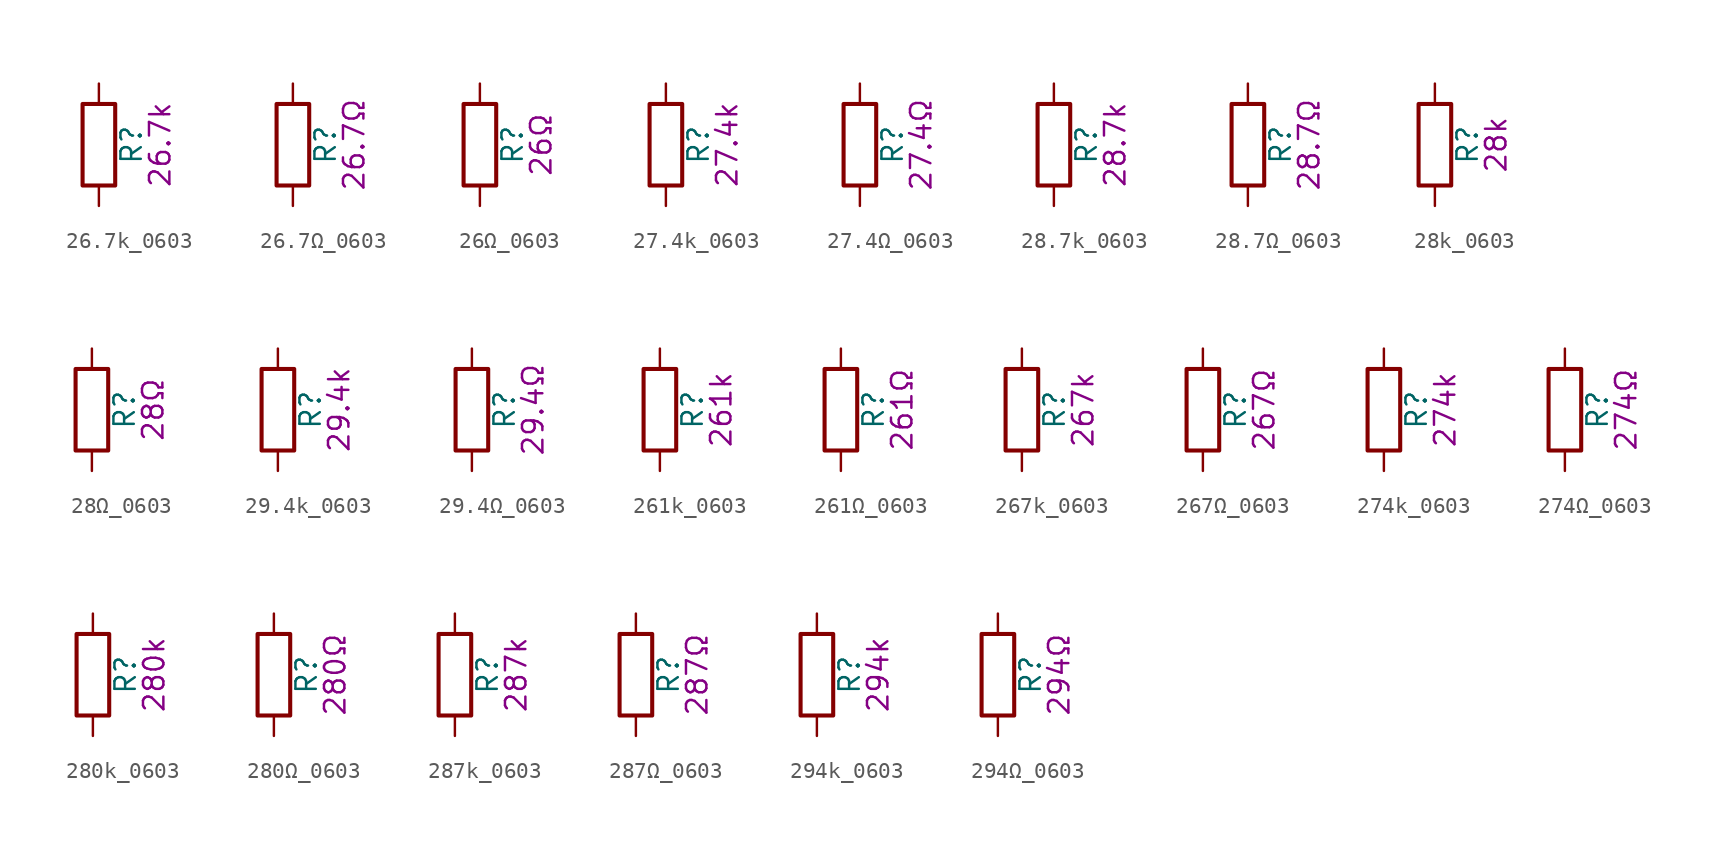
<source format=kicad_sym>
(kicad_symbol_lib
  (version 20211014)
  (generator kicad_symbol_editor)
  (symbol "26.7k_0603"
    (pin_numbers hide)
    (pin_names
      (offset 0))
    (property "Reference" "R"
      (at 2.032 0 90)
      (effects (font (size 1.27 1.27))))
    (property "Display" "26.7k"
      (at 3.81 0 90)
      (effects (font (size 1.27 1.27))))
    (symbol "26.7k_0603_0_1"
      (rectangle (start -1.016 -2.54) (end 1.016 2.54) (stroke (width 0.254) (type default) (color 0 0 0 0)) (fill (type none))))
    (symbol "26.7k_0603_1_1"
      (pin passive line (at 0 3.81 270) (length 1.27) (name "~" (effects (font (size 1.27 1.27)))) (number "1" (effects (font (size 1.27 1.27)))))
      (pin passive line (at 0 -3.81 90) (length 1.27) (name "~" (effects (font (size 1.27 1.27)))) (number "2" (effects (font (size 1.27 1.27)))))))
  (symbol "26.7Ω_0603"
    (pin_numbers hide)
    (pin_names
      (offset 0))
    (property "Reference" "R"
      (at 2.032 0 90)
      (effects (font (size 1.27 1.27))))
    (property "Display" "26.7Ω"
      (at 3.81 0 90)
      (effects (font (size 1.27 1.27))))
    (symbol "26.7Ω_0603_0_1"
      (rectangle (start -1.016 -2.54) (end 1.016 2.54) (stroke (width 0.254) (type default) (color 0 0 0 0)) (fill (type none))))
    (symbol "26.7Ω_0603_1_1"
      (pin passive line (at 0 3.81 270) (length 1.27) (name "~" (effects (font (size 1.27 1.27)))) (number "1" (effects (font (size 1.27 1.27)))))
      (pin passive line (at 0 -3.81 90) (length 1.27) (name "~" (effects (font (size 1.27 1.27)))) (number "2" (effects (font (size 1.27 1.27)))))))
  (symbol "26Ω_0603"
    (pin_numbers hide)
    (pin_names
      (offset 0))
    (property "Reference" "R"
      (at 2.032 0 90)
      (effects (font (size 1.27 1.27))))
    (property "Display" "26Ω"
      (at 3.81 0 90)
      (effects (font (size 1.27 1.27))))
    (symbol "26Ω_0603_0_1"
      (rectangle (start -1.016 -2.54) (end 1.016 2.54) (stroke (width 0.254) (type default) (color 0 0 0 0)) (fill (type none))))
    (symbol "26Ω_0603_1_1"
      (pin passive line (at 0 3.81 270) (length 1.27) (name "~" (effects (font (size 1.27 1.27)))) (number "1" (effects (font (size 1.27 1.27)))))
      (pin passive line (at 0 -3.81 90) (length 1.27) (name "~" (effects (font (size 1.27 1.27)))) (number "2" (effects (font (size 1.27 1.27)))))))
  (symbol "27.4k_0603"
    (pin_numbers hide)
    (pin_names
      (offset 0))
    (property "Reference" "R"
      (at 2.032 0 90)
      (effects (font (size 1.27 1.27))))
    (property "Display" "27.4k"
      (at 3.81 0 90)
      (effects (font (size 1.27 1.27))))
    (symbol "27.4k_0603_0_1"
      (rectangle (start -1.016 -2.54) (end 1.016 2.54) (stroke (width 0.254) (type default) (color 0 0 0 0)) (fill (type none))))
    (symbol "27.4k_0603_1_1"
      (pin passive line (at 0 3.81 270) (length 1.27) (name "~" (effects (font (size 1.27 1.27)))) (number "1" (effects (font (size 1.27 1.27)))))
      (pin passive line (at 0 -3.81 90) (length 1.27) (name "~" (effects (font (size 1.27 1.27)))) (number "2" (effects (font (size 1.27 1.27)))))))
  (symbol "27.4Ω_0603"
    (pin_numbers hide)
    (pin_names
      (offset 0))
    (property "Reference" "R"
      (at 2.032 0 90)
      (effects (font (size 1.27 1.27))))
    (property "Display" "27.4Ω"
      (at 3.81 0 90)
      (effects (font (size 1.27 1.27))))
    (symbol "27.4Ω_0603_0_1"
      (rectangle (start -1.016 -2.54) (end 1.016 2.54) (stroke (width 0.254) (type default) (color 0 0 0 0)) (fill (type none))))
    (symbol "27.4Ω_0603_1_1"
      (pin passive line (at 0 3.81 270) (length 1.27) (name "~" (effects (font (size 1.27 1.27)))) (number "1" (effects (font (size 1.27 1.27)))))
      (pin passive line (at 0 -3.81 90) (length 1.27) (name "~" (effects (font (size 1.27 1.27)))) (number "2" (effects (font (size 1.27 1.27)))))))
  (symbol "28.7k_0603"
    (pin_numbers hide)
    (pin_names
      (offset 0))
    (property "Reference" "R"
      (at 2.032 0 90)
      (effects (font (size 1.27 1.27))))
    (property "Display" "28.7k"
      (at 3.81 0 90)
      (effects (font (size 1.27 1.27))))
    (symbol "28.7k_0603_0_1"
      (rectangle (start -1.016 -2.54) (end 1.016 2.54) (stroke (width 0.254) (type default) (color 0 0 0 0)) (fill (type none))))
    (symbol "28.7k_0603_1_1"
      (pin passive line (at 0 3.81 270) (length 1.27) (name "~" (effects (font (size 1.27 1.27)))) (number "1" (effects (font (size 1.27 1.27)))))
      (pin passive line (at 0 -3.81 90) (length 1.27) (name "~" (effects (font (size 1.27 1.27)))) (number "2" (effects (font (size 1.27 1.27)))))))
  (symbol "28.7Ω_0603"
    (pin_numbers hide)
    (pin_names
      (offset 0))
    (property "Reference" "R"
      (at 2.032 0 90)
      (effects (font (size 1.27 1.27))))
    (property "Display" "28.7Ω"
      (at 3.81 0 90)
      (effects (font (size 1.27 1.27))))
    (symbol "28.7Ω_0603_0_1"
      (rectangle (start -1.016 -2.54) (end 1.016 2.54) (stroke (width 0.254) (type default) (color 0 0 0 0)) (fill (type none))))
    (symbol "28.7Ω_0603_1_1"
      (pin passive line (at 0 3.81 270) (length 1.27) (name "~" (effects (font (size 1.27 1.27)))) (number "1" (effects (font (size 1.27 1.27)))))
      (pin passive line (at 0 -3.81 90) (length 1.27) (name "~" (effects (font (size 1.27 1.27)))) (number "2" (effects (font (size 1.27 1.27)))))))
  (symbol "28k_0603"
    (pin_numbers hide)
    (pin_names
      (offset 0))
    (property "Reference" "R"
      (at 2.032 0 90)
      (effects (font (size 1.27 1.27))))
    (property "Display" "28k"
      (at 3.81 0 90)
      (effects (font (size 1.27 1.27))))
    (symbol "28k_0603_0_1"
      (rectangle (start -1.016 -2.54) (end 1.016 2.54) (stroke (width 0.254) (type default) (color 0 0 0 0)) (fill (type none))))
    (symbol "28k_0603_1_1"
      (pin passive line (at 0 3.81 270) (length 1.27) (name "~" (effects (font (size 1.27 1.27)))) (number "1" (effects (font (size 1.27 1.27)))))
      (pin passive line (at 0 -3.81 90) (length 1.27) (name "~" (effects (font (size 1.27 1.27)))) (number "2" (effects (font (size 1.27 1.27)))))))
  (symbol "28Ω_0603"
    (pin_numbers hide)
    (pin_names
      (offset 0))
    (property "Reference" "R"
      (at 2.032 0 90)
      (effects (font (size 1.27 1.27))))
    (property "Display" "28Ω"
      (at 3.81 0 90)
      (effects (font (size 1.27 1.27))))
    (symbol "28Ω_0603_0_1"
      (rectangle (start -1.016 -2.54) (end 1.016 2.54) (stroke (width 0.254) (type default) (color 0 0 0 0)) (fill (type none))))
    (symbol "28Ω_0603_1_1"
      (pin passive line (at 0 3.81 270) (length 1.27) (name "~" (effects (font (size 1.27 1.27)))) (number "1" (effects (font (size 1.27 1.27)))))
      (pin passive line (at 0 -3.81 90) (length 1.27) (name "~" (effects (font (size 1.27 1.27)))) (number "2" (effects (font (size 1.27 1.27)))))))
  (symbol "29.4k_0603"
    (pin_numbers hide)
    (pin_names
      (offset 0))
    (property "Reference" "R"
      (at 2.032 0 90)
      (effects (font (size 1.27 1.27))))
    (property "Display" "29.4k"
      (at 3.81 0 90)
      (effects (font (size 1.27 1.27))))
    (symbol "29.4k_0603_0_1"
      (rectangle (start -1.016 -2.54) (end 1.016 2.54) (stroke (width 0.254) (type default) (color 0 0 0 0)) (fill (type none))))
    (symbol "29.4k_0603_1_1"
      (pin passive line (at 0 3.81 270) (length 1.27) (name "~" (effects (font (size 1.27 1.27)))) (number "1" (effects (font (size 1.27 1.27)))))
      (pin passive line (at 0 -3.81 90) (length 1.27) (name "~" (effects (font (size 1.27 1.27)))) (number "2" (effects (font (size 1.27 1.27)))))))
  (symbol "29.4Ω_0603"
    (pin_numbers hide)
    (pin_names
      (offset 0))
    (property "Reference" "R"
      (at 2.032 0 90)
      (effects (font (size 1.27 1.27))))
    (property "Display" "29.4Ω"
      (at 3.81 0 90)
      (effects (font (size 1.27 1.27))))
    (symbol "29.4Ω_0603_0_1"
      (rectangle (start -1.016 -2.54) (end 1.016 2.54) (stroke (width 0.254) (type default) (color 0 0 0 0)) (fill (type none))))
    (symbol "29.4Ω_0603_1_1"
      (pin passive line (at 0 3.81 270) (length 1.27) (name "~" (effects (font (size 1.27 1.27)))) (number "1" (effects (font (size 1.27 1.27)))))
      (pin passive line (at 0 -3.81 90) (length 1.27) (name "~" (effects (font (size 1.27 1.27)))) (number "2" (effects (font (size 1.27 1.27)))))))
  (symbol "261k_0603"
    (pin_numbers hide)
    (pin_names
      (offset 0))
    (property "Reference" "R"
      (at 2.032 0 90)
      (effects (font (size 1.27 1.27))))
    (property "Display" "261k"
      (at 3.81 0 90)
      (effects (font (size 1.27 1.27))))
    (symbol "261k_0603_0_1"
      (rectangle (start -1.016 -2.54) (end 1.016 2.54) (stroke (width 0.254) (type default) (color 0 0 0 0)) (fill (type none))))
    (symbol "261k_0603_1_1"
      (pin passive line (at 0 3.81 270) (length 1.27) (name "~" (effects (font (size 1.27 1.27)))) (number "1" (effects (font (size 1.27 1.27)))))
      (pin passive line (at 0 -3.81 90) (length 1.27) (name "~" (effects (font (size 1.27 1.27)))) (number "2" (effects (font (size 1.27 1.27)))))))
  (symbol "261Ω_0603"
    (pin_numbers hide)
    (pin_names
      (offset 0))
    (property "Reference" "R"
      (at 2.032 0 90)
      (effects (font (size 1.27 1.27))))
    (property "Display" "261Ω"
      (at 3.81 0 90)
      (effects (font (size 1.27 1.27))))
    (symbol "261Ω_0603_0_1"
      (rectangle (start -1.016 -2.54) (end 1.016 2.54) (stroke (width 0.254) (type default) (color 0 0 0 0)) (fill (type none))))
    (symbol "261Ω_0603_1_1"
      (pin passive line (at 0 3.81 270) (length 1.27) (name "~" (effects (font (size 1.27 1.27)))) (number "1" (effects (font (size 1.27 1.27)))))
      (pin passive line (at 0 -3.81 90) (length 1.27) (name "~" (effects (font (size 1.27 1.27)))) (number "2" (effects (font (size 1.27 1.27)))))))
  (symbol "267k_0603"
    (pin_numbers hide)
    (pin_names
      (offset 0))
    (property "Reference" "R"
      (at 2.032 0 90)
      (effects (font (size 1.27 1.27))))
    (property "Display" "267k"
      (at 3.81 0 90)
      (effects (font (size 1.27 1.27))))
    (symbol "267k_0603_0_1"
      (rectangle (start -1.016 -2.54) (end 1.016 2.54) (stroke (width 0.254) (type default) (color 0 0 0 0)) (fill (type none))))
    (symbol "267k_0603_1_1"
      (pin passive line (at 0 3.81 270) (length 1.27) (name "~" (effects (font (size 1.27 1.27)))) (number "1" (effects (font (size 1.27 1.27)))))
      (pin passive line (at 0 -3.81 90) (length 1.27) (name "~" (effects (font (size 1.27 1.27)))) (number "2" (effects (font (size 1.27 1.27)))))))
  (symbol "267Ω_0603"
    (pin_numbers hide)
    (pin_names
      (offset 0))
    (property "Reference" "R"
      (at 2.032 0 90)
      (effects (font (size 1.27 1.27))))
    (property "Display" "267Ω"
      (at 3.81 0 90)
      (effects (font (size 1.27 1.27))))
    (symbol "267Ω_0603_0_1"
      (rectangle (start -1.016 -2.54) (end 1.016 2.54) (stroke (width 0.254) (type default) (color 0 0 0 0)) (fill (type none))))
    (symbol "267Ω_0603_1_1"
      (pin passive line (at 0 3.81 270) (length 1.27) (name "~" (effects (font (size 1.27 1.27)))) (number "1" (effects (font (size 1.27 1.27)))))
      (pin passive line (at 0 -3.81 90) (length 1.27) (name "~" (effects (font (size 1.27 1.27)))) (number "2" (effects (font (size 1.27 1.27)))))))
  (symbol "274k_0603"
    (pin_numbers hide)
    (pin_names
      (offset 0))
    (property "Reference" "R"
      (at 2.032 0 90)
      (effects (font (size 1.27 1.27))))
    (property "Display" "274k"
      (at 3.81 0 90)
      (effects (font (size 1.27 1.27))))
    (symbol "274k_0603_0_1"
      (rectangle (start -1.016 -2.54) (end 1.016 2.54) (stroke (width 0.254) (type default) (color 0 0 0 0)) (fill (type none))))
    (symbol "274k_0603_1_1"
      (pin passive line (at 0 3.81 270) (length 1.27) (name "~" (effects (font (size 1.27 1.27)))) (number "1" (effects (font (size 1.27 1.27)))))
      (pin passive line (at 0 -3.81 90) (length 1.27) (name "~" (effects (font (size 1.27 1.27)))) (number "2" (effects (font (size 1.27 1.27)))))))
  (symbol "274Ω_0603"
    (pin_numbers hide)
    (pin_names
      (offset 0))
    (property "Reference" "R"
      (at 2.032 0 90)
      (effects (font (size 1.27 1.27))))
    (property "Display" "274Ω"
      (at 3.81 0 90)
      (effects (font (size 1.27 1.27))))
    (symbol "274Ω_0603_0_1"
      (rectangle (start -1.016 -2.54) (end 1.016 2.54) (stroke (width 0.254) (type default) (color 0 0 0 0)) (fill (type none))))
    (symbol "274Ω_0603_1_1"
      (pin passive line (at 0 3.81 270) (length 1.27) (name "~" (effects (font (size 1.27 1.27)))) (number "1" (effects (font (size 1.27 1.27)))))
      (pin passive line (at 0 -3.81 90) (length 1.27) (name "~" (effects (font (size 1.27 1.27)))) (number "2" (effects (font (size 1.27 1.27)))))))
  (symbol "280k_0603"
    (pin_numbers hide)
    (pin_names
      (offset 0))
    (property "Reference" "R"
      (at 2.032 0 90)
      (effects (font (size 1.27 1.27))))
    (property "Display" "280k"
      (at 3.81 0 90)
      (effects (font (size 1.27 1.27))))
    (symbol "280k_0603_0_1"
      (rectangle (start -1.016 -2.54) (end 1.016 2.54) (stroke (width 0.254) (type default) (color 0 0 0 0)) (fill (type none))))
    (symbol "280k_0603_1_1"
      (pin passive line (at 0 3.81 270) (length 1.27) (name "~" (effects (font (size 1.27 1.27)))) (number "1" (effects (font (size 1.27 1.27)))))
      (pin passive line (at 0 -3.81 90) (length 1.27) (name "~" (effects (font (size 1.27 1.27)))) (number "2" (effects (font (size 1.27 1.27)))))))
  (symbol "280Ω_0603"
    (pin_numbers hide)
    (pin_names
      (offset 0))
    (property "Reference" "R"
      (at 2.032 0 90)
      (effects (font (size 1.27 1.27))))
    (property "Display" "280Ω"
      (at 3.81 0 90)
      (effects (font (size 1.27 1.27))))
    (symbol "280Ω_0603_0_1"
      (rectangle (start -1.016 -2.54) (end 1.016 2.54) (stroke (width 0.254) (type default) (color 0 0 0 0)) (fill (type none))))
    (symbol "280Ω_0603_1_1"
      (pin passive line (at 0 3.81 270) (length 1.27) (name "~" (effects (font (size 1.27 1.27)))) (number "1" (effects (font (size 1.27 1.27)))))
      (pin passive line (at 0 -3.81 90) (length 1.27) (name "~" (effects (font (size 1.27 1.27)))) (number "2" (effects (font (size 1.27 1.27)))))))
  (symbol "287k_0603"
    (pin_numbers hide)
    (pin_names
      (offset 0))
    (property "Reference" "R"
      (at 2.032 0 90)
      (effects (font (size 1.27 1.27))))
    (property "Display" "287k"
      (at 3.81 0 90)
      (effects (font (size 1.27 1.27))))
    (symbol "287k_0603_0_1"
      (rectangle (start -1.016 -2.54) (end 1.016 2.54) (stroke (width 0.254) (type default) (color 0 0 0 0)) (fill (type none))))
    (symbol "287k_0603_1_1"
      (pin passive line (at 0 3.81 270) (length 1.27) (name "~" (effects (font (size 1.27 1.27)))) (number "1" (effects (font (size 1.27 1.27)))))
      (pin passive line (at 0 -3.81 90) (length 1.27) (name "~" (effects (font (size 1.27 1.27)))) (number "2" (effects (font (size 1.27 1.27)))))))
  (symbol "287Ω_0603"
    (pin_numbers hide)
    (pin_names
      (offset 0))
    (property "Reference" "R"
      (at 2.032 0 90)
      (effects (font (size 1.27 1.27))))
    (property "Display" "287Ω"
      (at 3.81 0 90)
      (effects (font (size 1.27 1.27))))
    (symbol "287Ω_0603_0_1"
      (rectangle (start -1.016 -2.54) (end 1.016 2.54) (stroke (width 0.254) (type default) (color 0 0 0 0)) (fill (type none))))
    (symbol "287Ω_0603_1_1"
      (pin passive line (at 0 3.81 270) (length 1.27) (name "~" (effects (font (size 1.27 1.27)))) (number "1" (effects (font (size 1.27 1.27)))))
      (pin passive line (at 0 -3.81 90) (length 1.27) (name "~" (effects (font (size 1.27 1.27)))) (number "2" (effects (font (size 1.27 1.27)))))))
  (symbol "294k_0603"
    (pin_numbers hide)
    (pin_names
      (offset 0))
    (property "Reference" "R"
      (at 2.032 0 90)
      (effects (font (size 1.27 1.27))))
    (property "Display" "294k"
      (at 3.81 0 90)
      (effects (font (size 1.27 1.27))))
    (symbol "294k_0603_0_1"
      (rectangle (start -1.016 -2.54) (end 1.016 2.54) (stroke (width 0.254) (type default) (color 0 0 0 0)) (fill (type none))))
    (symbol "294k_0603_1_1"
      (pin passive line (at 0 3.81 270) (length 1.27) (name "~" (effects (font (size 1.27 1.27)))) (number "1" (effects (font (size 1.27 1.27)))))
      (pin passive line (at 0 -3.81 90) (length 1.27) (name "~" (effects (font (size 1.27 1.27)))) (number "2" (effects (font (size 1.27 1.27)))))))
  (symbol "294Ω_0603"
    (pin_numbers hide)
    (pin_names
      (offset 0))
    (property "Reference" "R"
      (at 2.032 0 90)
      (effects (font (size 1.27 1.27))))
    (property "Display" "294Ω"
      (at 3.81 0 90)
      (effects (font (size 1.27 1.27))))
    (symbol "294Ω_0603_0_1"
      (rectangle (start -1.016 -2.54) (end 1.016 2.54) (stroke (width 0.254) (type default) (color 0 0 0 0)) (fill (type none))))
    (symbol "294Ω_0603_1_1"
      (pin passive line (at 0 3.81 270) (length 1.27) (name "~" (effects (font (size 1.27 1.27)))) (number "1" (effects (font (size 1.27 1.27)))))
      (pin passive line (at 0 -3.81 90) (length 1.27) (name "~" (effects (font (size 1.27 1.27)))) (number "2" (effects (font (size 1.27 1.27))))))))
</source>
